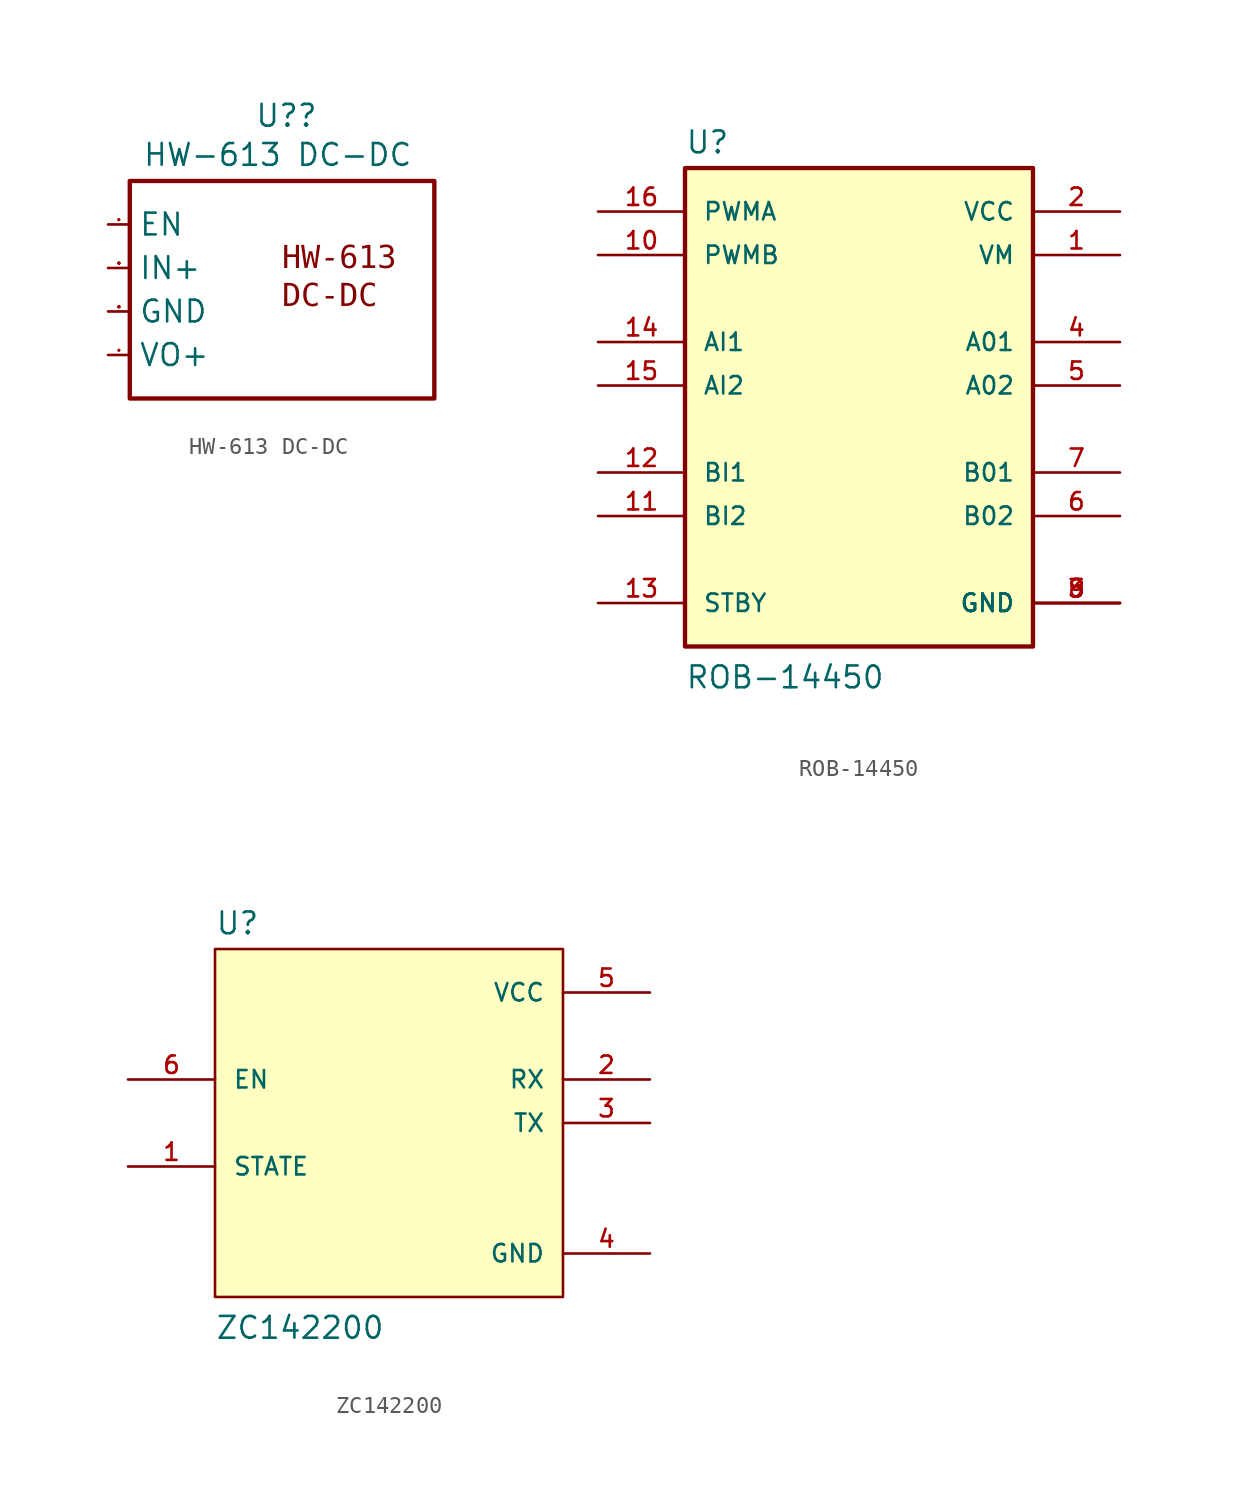
<source format=kicad_sym>
(kicad_symbol_lib
  (version 20231120)
  (generator "kicad_symbol_editor")
  (generator_version "8.0")
  (symbol "HW-613 DC-DC"
    (property "Reference" "U?"
      (at 7.874 16.51 0)
      (effects (font (size 1.27 1.27))))
    (property "Value" "HW-613 DC-DC"
      (at 7.366 14.224 0)
      (effects (font (size 1.27 1.27))))
    (symbol "HW-613 DC-DC_0_0"
      (rectangle (start -1.27 12.7) (end 16.51 0) (stroke (width 0.254) (type solid)) (fill (type none)))
      (text "HW-613\nDC-DC" (at 7.62 8.941 0) (effects (font (face "Courier New") (size 1.321 1.321)) (justify left top))))
    (symbol "HW-613 DC-DC_1_0"
      (pin passive line (at -2.54 10.16 0) (length 1.27) (name "EN" (effects (font (size 1.27 1.27)))) (number "1" (effects (font (size 0.025 0.025)))))
      (pin power_in line (at -2.54 7.62 0) (length 1.27) (name "IN+" (effects (font (size 1.27 1.27)))) (number "2" (effects (font (size 0.025 0.025)))))
      (pin power_in line (at -2.54 5.08 0) (length 1.27) (name "GND" (effects (font (size 1.27 1.27)))) (number "3" (effects (font (size 0.025 0.025)))))
      (pin passive line (at -2.54 2.54 0) (length 1.27) (name "VO+" (effects (font (size 1.27 1.27)))) (number "4" (effects (font (size 0.025 0.025)))))))
  (symbol "ROB-14450"
    (pin_names
      (offset 1.016))
    (property "Reference" "U"
      (at -10.16 16.002 0)
      (effects (font (size 1.27 1.27)) (justify left bottom)))
    (property "Value" "ROB-14450"
      (at -10.16 -15.24 0)
      (effects (font (size 1.27 1.27)) (justify left bottom)))
    (symbol "ROB-14450_0_0"
      (rectangle (start -10.16 -12.7) (end 10.16 15.24) (stroke (width 0.254) (type default)) (fill (type background)))
      (pin power_in line (at 15.24 10.16 180) (length 5.08) (name "VM" (effects (font (size 1.016 1.016)))) (number "1" (effects (font (size 1.016 1.016)))))
      (pin input line (at -15.24 10.16 0) (length 5.08) (name "PWMB" (effects (font (size 1.016 1.016)))) (number "10" (effects (font (size 1.016 1.016)))))
      (pin input line (at -15.24 -5.08 0) (length 5.08) (name "BI2" (effects (font (size 1.016 1.016)))) (number "11" (effects (font (size 1.016 1.016)))))
      (pin input line (at -15.24 -2.54 0) (length 5.08) (name "BI1" (effects (font (size 1.016 1.016)))) (number "12" (effects (font (size 1.016 1.016)))))
      (pin input line (at -15.24 -10.16 0) (length 5.08) (name "STBY" (effects (font (size 1.016 1.016)))) (number "13" (effects (font (size 1.016 1.016)))))
      (pin input line (at -15.24 5.08 0) (length 5.08) (name "AI1" (effects (font (size 1.016 1.016)))) (number "14" (effects (font (size 1.016 1.016)))))
      (pin input line (at -15.24 2.54 0) (length 5.08) (name "AI2" (effects (font (size 1.016 1.016)))) (number "15" (effects (font (size 1.016 1.016)))))
      (pin input line (at -15.24 12.7 0) (length 5.08) (name "PWMA" (effects (font (size 1.016 1.016)))) (number "16" (effects (font (size 1.016 1.016)))))
      (pin power_in line (at 15.24 12.7 180) (length 5.08) (name "VCC" (effects (font (size 1.016 1.016)))) (number "2" (effects (font (size 1.016 1.016)))))
      (pin power_in line (at 15.24 -10.16 180) (length 5.08) (name "GND" (effects (font (size 1.016 1.016)))) (number "3" (effects (font (size 1.016 1.016)))))
      (pin output line (at 15.24 5.08 180) (length 5.08) (name "A01" (effects (font (size 1.016 1.016)))) (number "4" (effects (font (size 1.016 1.016)))))
      (pin output line (at 15.24 2.54 180) (length 5.08) (name "A02" (effects (font (size 1.016 1.016)))) (number "5" (effects (font (size 1.016 1.016)))))
      (pin output line (at 15.24 -5.08 180) (length 5.08) (name "B02" (effects (font (size 1.016 1.016)))) (number "6" (effects (font (size 1.016 1.016)))))
      (pin output line (at 15.24 -2.54 180) (length 5.08) (name "B01" (effects (font (size 1.016 1.016)))) (number "7" (effects (font (size 1.016 1.016)))))
      (pin power_in line (at 15.24 -10.16 180) (length 5.08) (name "GND" (effects (font (size 1.016 1.016)))) (number "8" (effects (font (size 1.016 1.016)))))
      (pin power_in line (at 15.24 -10.16 180) (length 5.08) (name "GND" (effects (font (size 1.016 1.016)))) (number "9" (effects (font (size 1.016 1.016)))))))
  (symbol "ZC142200"
    (pin_names
      (offset 1.016))
    (property "Reference" "U"
      (at -10.16 10.922 0)
      (effects (font (size 1.27 1.27)) (justify left bottom)))
    (property "Value" "ZC142200"
      (at -10.16 -12.7 0)
      (effects (font (size 1.27 1.27)) (justify left bottom)))
    (symbol "ZC142200_0_0"
      (rectangle (start -10.16 -10.16) (end 10.16 10.16) (stroke (width 0.152) (type default)) (fill (type background)))
      (pin input line (at -15.24 -2.54 0) (length 5.08) (name "STATE" (effects (font (size 1.016 1.016)))) (number "1" (effects (font (size 1.016 1.016)))))
      (pin input line (at 15.24 2.54 180) (length 5.08) (name "RX" (effects (font (size 1.016 1.016)))) (number "2" (effects (font (size 1.016 1.016)))))
      (pin output line (at 15.24 0 180) (length 5.08) (name "TX" (effects (font (size 1.016 1.016)))) (number "3" (effects (font (size 1.016 1.016)))))
      (pin power_in line (at 15.24 -7.62 180) (length 5.08) (name "GND" (effects (font (size 1.016 1.016)))) (number "4" (effects (font (size 1.016 1.016)))))
      (pin power_in line (at 15.24 7.62 180) (length 5.08) (name "VCC" (effects (font (size 1.016 1.016)))) (number "5" (effects (font (size 1.016 1.016)))))
      (pin input line (at -15.24 2.54 0) (length 5.08) (name "EN" (effects (font (size 1.016 1.016)))) (number "6" (effects (font (size 1.016 1.016))))))))
</source>
